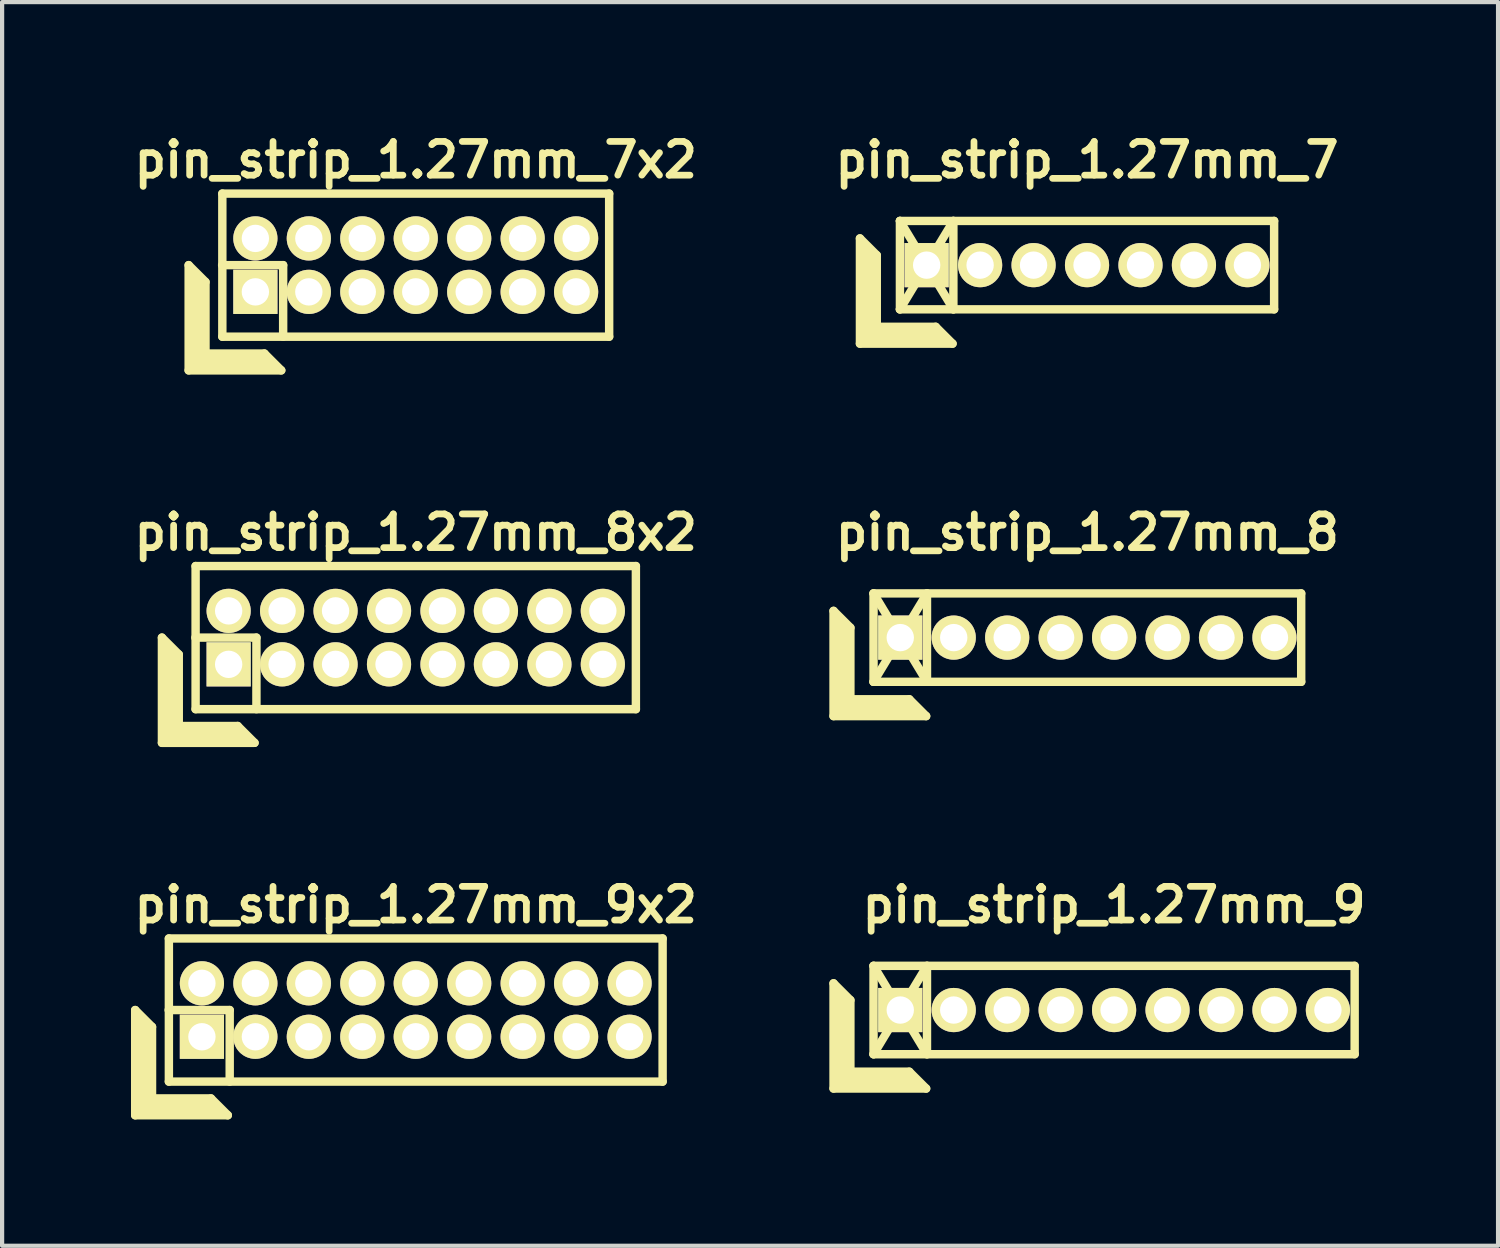
<source format=kicad_pcb>
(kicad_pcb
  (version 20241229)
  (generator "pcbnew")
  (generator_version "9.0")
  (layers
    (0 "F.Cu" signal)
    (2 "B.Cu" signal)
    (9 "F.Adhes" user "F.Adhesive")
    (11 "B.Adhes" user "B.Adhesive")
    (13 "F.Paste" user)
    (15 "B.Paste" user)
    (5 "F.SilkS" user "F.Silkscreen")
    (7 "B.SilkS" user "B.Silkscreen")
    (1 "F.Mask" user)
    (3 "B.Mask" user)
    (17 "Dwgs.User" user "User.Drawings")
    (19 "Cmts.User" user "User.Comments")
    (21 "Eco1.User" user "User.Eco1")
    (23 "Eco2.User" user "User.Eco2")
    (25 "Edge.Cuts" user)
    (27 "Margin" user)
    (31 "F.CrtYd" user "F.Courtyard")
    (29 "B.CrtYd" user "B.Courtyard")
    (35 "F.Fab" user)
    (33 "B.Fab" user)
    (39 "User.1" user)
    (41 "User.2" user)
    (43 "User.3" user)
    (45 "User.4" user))
  (footprint "pin_strip_1.27mm_7"
    (layer "F.Cu")
    (at 22.775 3.249)
    (property "Reference" "pin_strip_1.27mm_7" (at 0 -2.5 0) (layer "F.SilkS") (effects (font (size 0.8 0.8) (thickness 0.16))))
    (attr through_hole)
    (fp_line (start -5.395 -0.635) (end -5.395 1.865) (stroke (width 0.2) (type solid)) (layer "F.SilkS"))
    (fp_line (start -5.395 -0.635) (end -4.995 -0.235) (stroke (width 0.2) (type solid)) (layer "F.SilkS"))
    (fp_line (start -5.395 1.865) (end -3.195 1.865) (stroke (width 0.2) (type solid)) (layer "F.SilkS"))
    (fp_line (start -5.295 1.765) (end -5.295 -0.435) (stroke (width 0.2) (type solid)) (layer "F.SilkS"))
    (fp_line (start -5.295 1.765) (end -3.395 1.765) (stroke (width 0.2) (type solid)) (layer "F.SilkS"))
    (fp_line (start -5.195 1.665) (end -5.195 -0.335) (stroke (width 0.2) (type solid)) (layer "F.SilkS"))
    (fp_line (start -5.195 1.665) (end -3.495 1.665) (stroke (width 0.2) (type solid)) (layer "F.SilkS"))
    (fp_line (start -5.095 1.565) (end -5.095 -0.235) (stroke (width 0.2) (type solid)) (layer "F.SilkS"))
    (fp_line (start -5.095 1.565) (end -3.595 1.565) (stroke (width 0.2) (type solid)) (layer "F.SilkS"))
    (fp_line (start -4.995 1.465) (end -4.995 -0.235) (stroke (width 0.2) (type solid)) (layer "F.SilkS"))
    (fp_line (start -4.995 1.465) (end -3.595 1.465) (stroke (width 0.2) (type solid)) (layer "F.SilkS"))
    (fp_line (start -4.445 -1.05) (end -3.175 1.05) (stroke (width 0.2) (type solid)) (layer "F.SilkS"))
    (fp_line (start -4.445 -1.05) (end 4.445 -1.05) (stroke (width 0.2) (type solid)) (layer "F.SilkS"))
    (fp_line (start -4.445 1.05) (end -4.445 -1.05) (stroke (width 0.2) (type solid)) (layer "F.SilkS"))
    (fp_line (start -4.445 1.05) (end -3.175 -1.05) (stroke (width 0.2) (type solid)) (layer "F.SilkS"))
    (fp_line (start -3.595 1.465) (end -3.195 1.865) (stroke (width 0.2) (type solid)) (layer "F.SilkS"))
    (fp_line (start -3.175 -1.05) (end -3.175 1.05) (stroke (width 0.2) (type solid)) (layer "F.SilkS"))
    (fp_line (start 4.445 -1.05) (end 4.445 1.05) (stroke (width 0.2) (type solid)) (layer "F.SilkS"))
    (fp_line (start 4.445 1.05) (end -4.445 1.05) (stroke (width 0.2) (type solid)) (layer "F.SilkS"))
    (pad "1" thru_hole rect (at -3.81 0) (size 1.05 1.05) (drill 0.65) (layers "*.Cu" "*.Mask" "F.SilkS"))
    (pad "2" thru_hole oval (at -2.54 0) (size 1.05 1.05) (drill 0.65) (layers "*.Cu" "*.Mask" "F.SilkS"))
    (pad "3" thru_hole oval (at -1.27 0) (size 1.05 1.05) (drill 0.65) (layers "*.Cu" "*.Mask" "F.SilkS"))
    (pad "4" thru_hole oval (at 0 0) (size 1.05 1.05) (drill 0.65) (layers "*.Cu" "*.Mask" "F.SilkS"))
    (pad "5" thru_hole oval (at 1.27 0) (size 1.05 1.05) (drill 0.65) (layers "*.Cu" "*.Mask" "F.SilkS"))
    (pad "6" thru_hole oval (at 2.54 0) (size 1.05 1.05) (drill 0.65) (layers "*.Cu" "*.Mask" "F.SilkS"))
    (pad "7" thru_hole oval (at 3.81 0) (size 1.05 1.05) (drill 0.65) (layers "*.Cu" "*.Mask" "F.SilkS")))
  (footprint "pin_strip_1.27mm_8x2"
    (layer "F.Cu")
    (at 6.827 12.098)
    (property "Reference" "pin_strip_1.27mm_8x2" (at 0 -2.5 0) (layer "F.SilkS") (effects (font (size 0.8 0.8) (thickness 0.16))))
    (attr through_hole)
    (fp_line (start -6.03 0) (end -6.03 2.5) (stroke (width 0.2) (type solid)) (layer "F.SilkS"))
    (fp_line (start -6.03 0) (end -5.63 0.4) (stroke (width 0.2) (type solid)) (layer "F.SilkS"))
    (fp_line (start -6.03 2.5) (end -3.83 2.5) (stroke (width 0.2) (type solid)) (layer "F.SilkS"))
    (fp_line (start -5.93 2.4) (end -5.93 0.2) (stroke (width 0.2) (type solid)) (layer "F.SilkS"))
    (fp_line (start -5.93 2.4) (end -4.03 2.4) (stroke (width 0.2) (type solid)) (layer "F.SilkS"))
    (fp_line (start -5.83 2.3) (end -5.83 0.3) (stroke (width 0.2) (type solid)) (layer "F.SilkS"))
    (fp_line (start -5.83 2.3) (end -4.13 2.3) (stroke (width 0.2) (type solid)) (layer "F.SilkS"))
    (fp_line (start -5.73 2.2) (end -5.73 0.4) (stroke (width 0.2) (type solid)) (layer "F.SilkS"))
    (fp_line (start -5.73 2.2) (end -4.23 2.2) (stroke (width 0.2) (type solid)) (layer "F.SilkS"))
    (fp_line (start -5.63 2.1) (end -5.63 0.4) (stroke (width 0.2) (type solid)) (layer "F.SilkS"))
    (fp_line (start -5.63 2.1) (end -4.23 2.1) (stroke (width 0.2) (type solid)) (layer "F.SilkS"))
    (fp_line (start -5.235 0) (end -3.785 0) (stroke (width 0.2) (type solid)) (layer "F.SilkS"))
    (fp_line (start -5.23 -1.7) (end 5.23 -1.7) (stroke (width 0.2) (type solid)) (layer "F.SilkS"))
    (fp_line (start -5.23 1.7) (end -5.23 -1.7) (stroke (width 0.2) (type solid)) (layer "F.SilkS"))
    (fp_line (start -4.23 2.1) (end -3.83 2.5) (stroke (width 0.2) (type solid)) (layer "F.SilkS"))
    (fp_line (start -3.785 0) (end -3.785 1.7) (stroke (width 0.2) (type solid)) (layer "F.SilkS"))
    (fp_line (start 5.23 -1.7) (end 5.23 1.7) (stroke (width 0.2) (type solid)) (layer "F.SilkS"))
    (fp_line (start 5.23 1.7) (end -5.23 1.7) (stroke (width 0.2) (type solid)) (layer "F.SilkS"))
    (pad "1" thru_hole rect (at -4.445 0.635) (size 1.05 1.05) (drill 0.65) (layers "*.Cu" "*.Mask" "F.SilkS"))
    (pad "2" thru_hole oval (at -4.445 -0.635) (size 1.05 1.05) (drill 0.65) (layers "*.Cu" "*.Mask" "F.SilkS"))
    (pad "3" thru_hole oval (at -3.175 0.635) (size 1.05 1.05) (drill 0.65) (layers "*.Cu" "*.Mask" "F.SilkS"))
    (pad "4" thru_hole oval (at -3.175 -0.635) (size 1.05 1.05) (drill 0.65) (layers "*.Cu" "*.Mask" "F.SilkS"))
    (pad "5" thru_hole oval (at -1.905 0.635) (size 1.05 1.05) (drill 0.65) (layers "*.Cu" "*.Mask" "F.SilkS"))
    (pad "6" thru_hole oval (at -1.905 -0.635) (size 1.05 1.05) (drill 0.65) (layers "*.Cu" "*.Mask" "F.SilkS"))
    (pad "7" thru_hole oval (at -0.635 0.635) (size 1.05 1.05) (drill 0.65) (layers "*.Cu" "*.Mask" "F.SilkS"))
    (pad "8" thru_hole oval (at -0.635 -0.635) (size 1.05 1.05) (drill 0.65) (layers "*.Cu" "*.Mask" "F.SilkS"))
    (pad "9" thru_hole oval (at 0.635 0.635) (size 1.05 1.05) (drill 0.65) (layers "*.Cu" "*.Mask" "F.SilkS"))
    (pad "10" thru_hole oval (at 0.635 -0.635) (size 1.05 1.05) (drill 0.65) (layers "*.Cu" "*.Mask" "F.SilkS"))
    (pad "11" thru_hole oval (at 1.905 0.635) (size 1.05 1.05) (drill 0.65) (layers "*.Cu" "*.Mask" "F.SilkS"))
    (pad "12" thru_hole oval (at 1.905 -0.635) (size 1.05 1.05) (drill 0.65) (layers "*.Cu" "*.Mask" "F.SilkS"))
    (pad "13" thru_hole oval (at 3.175 0.635) (size 1.05 1.05) (drill 0.65) (layers "*.Cu" "*.Mask" "F.SilkS"))
    (pad "14" thru_hole oval (at 3.175 -0.635) (size 1.05 1.05) (drill 0.65) (layers "*.Cu" "*.Mask" "F.SilkS"))
    (pad "15" thru_hole oval (at 4.445 0.635) (size 1.05 1.05) (drill 0.65) (layers "*.Cu" "*.Mask" "F.SilkS"))
    (pad "16" thru_hole oval (at 4.445 -0.635) (size 1.05 1.05) (drill 0.65) (layers "*.Cu" "*.Mask" "F.SilkS")))
  (footprint "pin_strip_1.27mm_9x2"
    (layer "F.Cu")
    (at 6.827 20.946)
    (property "Reference" "pin_strip_1.27mm_9x2" (at 0 -2.5 0) (layer "F.SilkS") (effects (font (size 0.8 0.8) (thickness 0.16))))
    (attr through_hole)
    (fp_line (start -6.665 0) (end -6.665 2.5) (stroke (width 0.2) (type solid)) (layer "F.SilkS"))
    (fp_line (start -6.665 0) (end -6.265 0.4) (stroke (width 0.2) (type solid)) (layer "F.SilkS"))
    (fp_line (start -6.665 2.5) (end -4.465 2.5) (stroke (width 0.2) (type solid)) (layer "F.SilkS"))
    (fp_line (start -6.565 2.4) (end -6.565 0.2) (stroke (width 0.2) (type solid)) (layer "F.SilkS"))
    (fp_line (start -6.565 2.4) (end -4.665 2.4) (stroke (width 0.2) (type solid)) (layer "F.SilkS"))
    (fp_line (start -6.465 2.3) (end -6.465 0.3) (stroke (width 0.2) (type solid)) (layer "F.SilkS"))
    (fp_line (start -6.465 2.3) (end -4.765 2.3) (stroke (width 0.2) (type solid)) (layer "F.SilkS"))
    (fp_line (start -6.365 2.2) (end -6.365 0.4) (stroke (width 0.2) (type solid)) (layer "F.SilkS"))
    (fp_line (start -6.365 2.2) (end -4.865 2.2) (stroke (width 0.2) (type solid)) (layer "F.SilkS"))
    (fp_line (start -6.265 2.1) (end -6.265 0.4) (stroke (width 0.2) (type solid)) (layer "F.SilkS"))
    (fp_line (start -6.265 2.1) (end -4.865 2.1) (stroke (width 0.2) (type solid)) (layer "F.SilkS"))
    (fp_line (start -5.87 0) (end -4.42 0) (stroke (width 0.2) (type solid)) (layer "F.SilkS"))
    (fp_line (start -5.865 -1.7) (end 5.865 -1.7) (stroke (width 0.2) (type solid)) (layer "F.SilkS"))
    (fp_line (start -5.865 1.7) (end -5.865 -1.7) (stroke (width 0.2) (type solid)) (layer "F.SilkS"))
    (fp_line (start -4.865 2.1) (end -4.465 2.5) (stroke (width 0.2) (type solid)) (layer "F.SilkS"))
    (fp_line (start -4.42 0) (end -4.42 1.7) (stroke (width 0.2) (type solid)) (layer "F.SilkS"))
    (fp_line (start 5.865 -1.7) (end 5.865 1.7) (stroke (width 0.2) (type solid)) (layer "F.SilkS"))
    (fp_line (start 5.865 1.7) (end -5.865 1.7) (stroke (width 0.2) (type solid)) (layer "F.SilkS"))
    (pad "1" thru_hole rect (at -5.08 0.635) (size 1.05 1.05) (drill 0.65) (layers "*.Cu" "*.Mask" "F.SilkS"))
    (pad "2" thru_hole oval (at -5.08 -0.635) (size 1.05 1.05) (drill 0.65) (layers "*.Cu" "*.Mask" "F.SilkS"))
    (pad "3" thru_hole oval (at -3.81 0.635) (size 1.05 1.05) (drill 0.65) (layers "*.Cu" "*.Mask" "F.SilkS"))
    (pad "4" thru_hole oval (at -3.81 -0.635) (size 1.05 1.05) (drill 0.65) (layers "*.Cu" "*.Mask" "F.SilkS"))
    (pad "5" thru_hole oval (at -2.54 0.635) (size 1.05 1.05) (drill 0.65) (layers "*.Cu" "*.Mask" "F.SilkS"))
    (pad "6" thru_hole oval (at -2.54 -0.635) (size 1.05 1.05) (drill 0.65) (layers "*.Cu" "*.Mask" "F.SilkS"))
    (pad "7" thru_hole oval (at -1.27 0.635) (size 1.05 1.05) (drill 0.65) (layers "*.Cu" "*.Mask" "F.SilkS"))
    (pad "8" thru_hole oval (at -1.27 -0.635) (size 1.05 1.05) (drill 0.65) (layers "*.Cu" "*.Mask" "F.SilkS"))
    (pad "9" thru_hole oval (at 0 0.635) (size 1.05 1.05) (drill 0.65) (layers "*.Cu" "*.Mask" "F.SilkS"))
    (pad "10" thru_hole oval (at 0 -0.635) (size 1.05 1.05) (drill 0.65) (layers "*.Cu" "*.Mask" "F.SilkS"))
    (pad "11" thru_hole oval (at 1.27 0.635) (size 1.05 1.05) (drill 0.65) (layers "*.Cu" "*.Mask" "F.SilkS"))
    (pad "12" thru_hole oval (at 1.27 -0.635) (size 1.05 1.05) (drill 0.65) (layers "*.Cu" "*.Mask" "F.SilkS"))
    (pad "13" thru_hole oval (at 2.54 0.635) (size 1.05 1.05) (drill 0.65) (layers "*.Cu" "*.Mask" "F.SilkS"))
    (pad "14" thru_hole oval (at 2.54 -0.635) (size 1.05 1.05) (drill 0.65) (layers "*.Cu" "*.Mask" "F.SilkS"))
    (pad "15" thru_hole oval (at 3.81 0.635) (size 1.05 1.05) (drill 0.65) (layers "*.Cu" "*.Mask" "F.SilkS"))
    (pad "16" thru_hole oval (at 3.81 -0.635) (size 1.05 1.05) (drill 0.65) (layers "*.Cu" "*.Mask" "F.SilkS"))
    (pad "17" thru_hole oval (at 5.08 0.635) (size 1.05 1.05) (drill 0.65) (layers "*.Cu" "*.Mask" "F.SilkS"))
    (pad "18" thru_hole oval (at 5.08 -0.635) (size 1.05 1.05) (drill 0.65) (layers "*.Cu" "*.Mask" "F.SilkS")))
  (footprint "pin_strip_1.27mm_8"
    (layer "F.Cu")
    (at 22.783 12.098)
    (property "Reference" "pin_strip_1.27mm_8" (at 0 -2.5 0) (layer "F.SilkS") (effects (font (size 0.8 0.8) (thickness 0.16))))
    (attr through_hole)
    (fp_line (start -6.03 -0.635) (end -6.03 1.865) (stroke (width 0.2) (type solid)) (layer "F.SilkS"))
    (fp_line (start -6.03 -0.635) (end -5.63 -0.235) (stroke (width 0.2) (type solid)) (layer "F.SilkS"))
    (fp_line (start -6.03 1.865) (end -3.83 1.865) (stroke (width 0.2) (type solid)) (layer "F.SilkS"))
    (fp_line (start -5.93 1.765) (end -5.93 -0.435) (stroke (width 0.2) (type solid)) (layer "F.SilkS"))
    (fp_line (start -5.93 1.765) (end -4.03 1.765) (stroke (width 0.2) (type solid)) (layer "F.SilkS"))
    (fp_line (start -5.83 1.665) (end -5.83 -0.335) (stroke (width 0.2) (type solid)) (layer "F.SilkS"))
    (fp_line (start -5.83 1.665) (end -4.13 1.665) (stroke (width 0.2) (type solid)) (layer "F.SilkS"))
    (fp_line (start -5.73 1.565) (end -5.73 -0.235) (stroke (width 0.2) (type solid)) (layer "F.SilkS"))
    (fp_line (start -5.73 1.565) (end -4.23 1.565) (stroke (width 0.2) (type solid)) (layer "F.SilkS"))
    (fp_line (start -5.63 1.465) (end -5.63 -0.235) (stroke (width 0.2) (type solid)) (layer "F.SilkS"))
    (fp_line (start -5.63 1.465) (end -4.23 1.465) (stroke (width 0.2) (type solid)) (layer "F.SilkS"))
    (fp_line (start -5.08 -1.05) (end -3.81 1.05) (stroke (width 0.2) (type solid)) (layer "F.SilkS"))
    (fp_line (start -5.08 -1.05) (end 5.08 -1.05) (stroke (width 0.2) (type solid)) (layer "F.SilkS"))
    (fp_line (start -5.08 1.05) (end -5.08 -1.05) (stroke (width 0.2) (type solid)) (layer "F.SilkS"))
    (fp_line (start -5.08 1.05) (end -3.81 -1.05) (stroke (width 0.2) (type solid)) (layer "F.SilkS"))
    (fp_line (start -4.23 1.465) (end -3.83 1.865) (stroke (width 0.2) (type solid)) (layer "F.SilkS"))
    (fp_line (start -3.81 -1.05) (end -3.81 1.05) (stroke (width 0.2) (type solid)) (layer "F.SilkS"))
    (fp_line (start 5.08 -1.05) (end 5.08 1.05) (stroke (width 0.2) (type solid)) (layer "F.SilkS"))
    (fp_line (start 5.08 1.05) (end -5.08 1.05) (stroke (width 0.2) (type solid)) (layer "F.SilkS"))
    (pad "1" thru_hole rect (at -4.445 0) (size 1.05 1.05) (drill 0.65) (layers "*.Cu" "*.Mask" "F.SilkS"))
    (pad "2" thru_hole oval (at -3.175 0) (size 1.05 1.05) (drill 0.65) (layers "*.Cu" "*.Mask" "F.SilkS"))
    (pad "3" thru_hole oval (at -1.905 0) (size 1.05 1.05) (drill 0.65) (layers "*.Cu" "*.Mask" "F.SilkS"))
    (pad "4" thru_hole oval (at -0.635 0) (size 1.05 1.05) (drill 0.65) (layers "*.Cu" "*.Mask" "F.SilkS"))
    (pad "5" thru_hole oval (at 0.635 0) (size 1.05 1.05) (drill 0.65) (layers "*.Cu" "*.Mask" "F.SilkS"))
    (pad "6" thru_hole oval (at 1.905 0) (size 1.05 1.05) (drill 0.65) (layers "*.Cu" "*.Mask" "F.SilkS"))
    (pad "7" thru_hole oval (at 3.175 0) (size 1.05 1.05) (drill 0.65) (layers "*.Cu" "*.Mask" "F.SilkS"))
    (pad "8" thru_hole oval (at 4.445 0) (size 1.05 1.05) (drill 0.65) (layers "*.Cu" "*.Mask" "F.SilkS")))
  (footprint "pin_strip_1.27mm_7x2"
    (layer "F.Cu")
    (at 6.827 3.249)
    (property "Reference" "pin_strip_1.27mm_7x2" (at 0 -2.5 0) (layer "F.SilkS") (effects (font (size 0.8 0.8) (thickness 0.16))))
    (attr through_hole)
    (fp_line (start -5.395 0) (end -5.395 2.5) (stroke (width 0.2) (type solid)) (layer "F.SilkS"))
    (fp_line (start -5.395 0) (end -4.995 0.4) (stroke (width 0.2) (type solid)) (layer "F.SilkS"))
    (fp_line (start -5.395 2.5) (end -3.195 2.5) (stroke (width 0.2) (type solid)) (layer "F.SilkS"))
    (fp_line (start -5.295 2.4) (end -5.295 0.2) (stroke (width 0.2) (type solid)) (layer "F.SilkS"))
    (fp_line (start -5.295 2.4) (end -3.395 2.4) (stroke (width 0.2) (type solid)) (layer "F.SilkS"))
    (fp_line (start -5.195 2.3) (end -5.195 0.3) (stroke (width 0.2) (type solid)) (layer "F.SilkS"))
    (fp_line (start -5.195 2.3) (end -3.495 2.3) (stroke (width 0.2) (type solid)) (layer "F.SilkS"))
    (fp_line (start -5.095 2.2) (end -5.095 0.4) (stroke (width 0.2) (type solid)) (layer "F.SilkS"))
    (fp_line (start -5.095 2.2) (end -3.595 2.2) (stroke (width 0.2) (type solid)) (layer "F.SilkS"))
    (fp_line (start -4.995 2.1) (end -4.995 0.4) (stroke (width 0.2) (type solid)) (layer "F.SilkS"))
    (fp_line (start -4.995 2.1) (end -3.595 2.1) (stroke (width 0.2) (type solid)) (layer "F.SilkS"))
    (fp_line (start -4.6 0) (end -3.15 0) (stroke (width 0.2) (type solid)) (layer "F.SilkS"))
    (fp_line (start -4.595 -1.7) (end 4.595 -1.7) (stroke (width 0.2) (type solid)) (layer "F.SilkS"))
    (fp_line (start -4.595 1.7) (end -4.595 -1.7) (stroke (width 0.2) (type solid)) (layer "F.SilkS"))
    (fp_line (start -3.595 2.1) (end -3.195 2.5) (stroke (width 0.2) (type solid)) (layer "F.SilkS"))
    (fp_line (start -3.15 0) (end -3.15 1.7) (stroke (width 0.2) (type solid)) (layer "F.SilkS"))
    (fp_line (start 4.595 -1.7) (end 4.595 1.7) (stroke (width 0.2) (type solid)) (layer "F.SilkS"))
    (fp_line (start 4.595 1.7) (end -4.595 1.7) (stroke (width 0.2) (type solid)) (layer "F.SilkS"))
    (pad "1" thru_hole rect (at -3.81 0.635) (size 1.05 1.05) (drill 0.65) (layers "*.Cu" "*.Mask" "F.SilkS"))
    (pad "2" thru_hole oval (at -3.81 -0.635) (size 1.05 1.05) (drill 0.65) (layers "*.Cu" "*.Mask" "F.SilkS"))
    (pad "3" thru_hole oval (at -2.54 0.635) (size 1.05 1.05) (drill 0.65) (layers "*.Cu" "*.Mask" "F.SilkS"))
    (pad "4" thru_hole oval (at -2.54 -0.635) (size 1.05 1.05) (drill 0.65) (layers "*.Cu" "*.Mask" "F.SilkS"))
    (pad "5" thru_hole oval (at -1.27 0.635) (size 1.05 1.05) (drill 0.65) (layers "*.Cu" "*.Mask" "F.SilkS"))
    (pad "6" thru_hole oval (at -1.27 -0.635) (size 1.05 1.05) (drill 0.65) (layers "*.Cu" "*.Mask" "F.SilkS"))
    (pad "7" thru_hole oval (at 0 0.635) (size 1.05 1.05) (drill 0.65) (layers "*.Cu" "*.Mask" "F.SilkS"))
    (pad "8" thru_hole oval (at 0 -0.635) (size 1.05 1.05) (drill 0.65) (layers "*.Cu" "*.Mask" "F.SilkS"))
    (pad "9" thru_hole oval (at 1.27 0.635) (size 1.05 1.05) (drill 0.65) (layers "*.Cu" "*.Mask" "F.SilkS"))
    (pad "10" thru_hole oval (at 1.27 -0.635) (size 1.05 1.05) (drill 0.65) (layers "*.Cu" "*.Mask" "F.SilkS"))
    (pad "11" thru_hole oval (at 2.54 0.635) (size 1.05 1.05) (drill 0.65) (layers "*.Cu" "*.Mask" "F.SilkS"))
    (pad "12" thru_hole oval (at 2.54 -0.635) (size 1.05 1.05) (drill 0.65) (layers "*.Cu" "*.Mask" "F.SilkS"))
    (pad "13" thru_hole oval (at 3.81 0.635) (size 1.05 1.05) (drill 0.65) (layers "*.Cu" "*.Mask" "F.SilkS"))
    (pad "14" thru_hole oval (at 3.81 -0.635) (size 1.05 1.05) (drill 0.65) (layers "*.Cu" "*.Mask" "F.SilkS")))
  (footprint "pin_strip_1.27mm_9"
    (layer "F.Cu")
    (at 23.418 20.946)
    (property "Reference" "pin_strip_1.27mm_9" (at 0 -2.5 0) (layer "F.SilkS") (effects (font (size 0.8 0.8) (thickness 0.16))))
    (attr through_hole)
    (fp_line (start -6.665 -0.635) (end -6.665 1.865) (stroke (width 0.2) (type solid)) (layer "F.SilkS"))
    (fp_line (start -6.665 -0.635) (end -6.265 -0.235) (stroke (width 0.2) (type solid)) (layer "F.SilkS"))
    (fp_line (start -6.665 1.865) (end -4.465 1.865) (stroke (width 0.2) (type solid)) (layer "F.SilkS"))
    (fp_line (start -6.565 1.765) (end -6.565 -0.435) (stroke (width 0.2) (type solid)) (layer "F.SilkS"))
    (fp_line (start -6.565 1.765) (end -4.665 1.765) (stroke (width 0.2) (type solid)) (layer "F.SilkS"))
    (fp_line (start -6.465 1.665) (end -6.465 -0.335) (stroke (width 0.2) (type solid)) (layer "F.SilkS"))
    (fp_line (start -6.465 1.665) (end -4.765 1.665) (stroke (width 0.2) (type solid)) (layer "F.SilkS"))
    (fp_line (start -6.365 1.565) (end -6.365 -0.235) (stroke (width 0.2) (type solid)) (layer "F.SilkS"))
    (fp_line (start -6.365 1.565) (end -4.865 1.565) (stroke (width 0.2) (type solid)) (layer "F.SilkS"))
    (fp_line (start -6.265 1.465) (end -6.265 -0.235) (stroke (width 0.2) (type solid)) (layer "F.SilkS"))
    (fp_line (start -6.265 1.465) (end -4.865 1.465) (stroke (width 0.2) (type solid)) (layer "F.SilkS"))
    (fp_line (start -5.715 -1.05) (end -4.445 1.05) (stroke (width 0.2) (type solid)) (layer "F.SilkS"))
    (fp_line (start -5.715 -1.05) (end 5.715 -1.05) (stroke (width 0.2) (type solid)) (layer "F.SilkS"))
    (fp_line (start -5.715 1.05) (end -5.715 -1.05) (stroke (width 0.2) (type solid)) (layer "F.SilkS"))
    (fp_line (start -5.715 1.05) (end -4.445 -1.05) (stroke (width 0.2) (type solid)) (layer "F.SilkS"))
    (fp_line (start -4.865 1.465) (end -4.465 1.865) (stroke (width 0.2) (type solid)) (layer "F.SilkS"))
    (fp_line (start -4.445 -1.05) (end -4.445 1.05) (stroke (width 0.2) (type solid)) (layer "F.SilkS"))
    (fp_line (start 5.715 -1.05) (end 5.715 1.05) (stroke (width 0.2) (type solid)) (layer "F.SilkS"))
    (fp_line (start 5.715 1.05) (end -5.715 1.05) (stroke (width 0.2) (type solid)) (layer "F.SilkS"))
    (pad "1" thru_hole rect (at -5.08 0) (size 1.05 1.05) (drill 0.65) (layers "*.Cu" "*.Mask" "F.SilkS"))
    (pad "2" thru_hole oval (at -3.81 0) (size 1.05 1.05) (drill 0.65) (layers "*.Cu" "*.Mask" "F.SilkS"))
    (pad "3" thru_hole oval (at -2.54 0) (size 1.05 1.05) (drill 0.65) (layers "*.Cu" "*.Mask" "F.SilkS"))
    (pad "4" thru_hole oval (at -1.27 0) (size 1.05 1.05) (drill 0.65) (layers "*.Cu" "*.Mask" "F.SilkS"))
    (pad "5" thru_hole oval (at 0 0) (size 1.05 1.05) (drill 0.65) (layers "*.Cu" "*.Mask" "F.SilkS"))
    (pad "6" thru_hole oval (at 1.27 0) (size 1.05 1.05) (drill 0.65) (layers "*.Cu" "*.Mask" "F.SilkS"))
    (pad "7" thru_hole oval (at 2.54 0) (size 1.05 1.05) (drill 0.65) (layers "*.Cu" "*.Mask" "F.SilkS"))
    (pad "8" thru_hole oval (at 3.81 0) (size 1.05 1.05) (drill 0.65) (layers "*.Cu" "*.Mask" "F.SilkS"))
    (pad "9" thru_hole oval (at 5.08 0) (size 1.05 1.05) (drill 0.65) (layers "*.Cu" "*.Mask" "F.SilkS")))
  (gr_rect
    (start -3 -3)
    (end 32.54 26.546)
    (stroke (width 0.1) (type default))
    (fill no)
    (layer "Edge.Cuts")))
</source>
